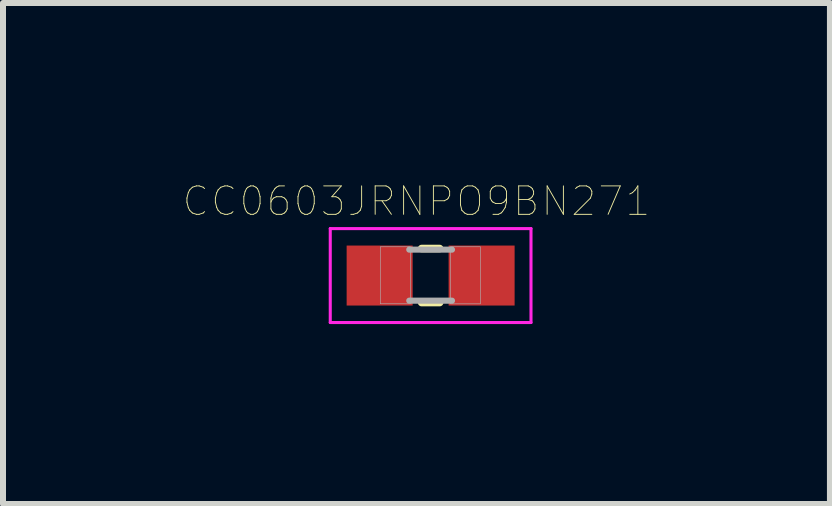
<source format=kicad_pcb>
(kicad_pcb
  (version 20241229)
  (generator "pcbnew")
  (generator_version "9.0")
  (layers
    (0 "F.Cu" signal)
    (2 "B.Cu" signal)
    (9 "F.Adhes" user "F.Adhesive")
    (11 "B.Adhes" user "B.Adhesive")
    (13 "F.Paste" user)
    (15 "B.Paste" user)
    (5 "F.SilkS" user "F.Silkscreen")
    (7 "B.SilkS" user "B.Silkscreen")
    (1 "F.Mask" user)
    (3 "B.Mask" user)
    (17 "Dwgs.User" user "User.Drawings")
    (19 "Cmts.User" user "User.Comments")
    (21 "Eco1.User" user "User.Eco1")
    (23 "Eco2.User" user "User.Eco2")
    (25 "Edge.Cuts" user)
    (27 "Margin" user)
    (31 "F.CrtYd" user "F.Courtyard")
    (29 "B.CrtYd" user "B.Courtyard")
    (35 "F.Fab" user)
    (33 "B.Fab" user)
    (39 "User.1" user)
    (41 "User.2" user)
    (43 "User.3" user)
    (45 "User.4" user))
  (footprint "CC0603JRNPO9BN271"
    (layer "F.Cu")
    (at 4.128 1.543)
    (property "Reference" "CC0603JRNPO9BN271" (at -0.236 -1.239 0) (layer "F.SilkS") (effects (font (size 0.474 0.474) (thickness 0.015))))
    (attr through_hole)
    (fp_line (start -0.15 -0.45) (end 0.15 -0.45) (stroke (width 0.127) (type solid)) (layer "F.SilkS"))
    (fp_line (start -0.15 0.45) (end 0.15 0.45) (stroke (width 0.127) (type solid)) (layer "F.SilkS"))
    (fp_line (start -1.673 -0.783) (end 1.673 -0.783) (stroke (width 0.051) (type solid)) (layer "F.CrtYd"))
    (fp_line (start -1.673 0.783) (end -1.673 -0.783) (stroke (width 0.051) (type solid)) (layer "F.CrtYd"))
    (fp_line (start 1.673 -0.783) (end 1.673 0.783) (stroke (width 0.051) (type solid)) (layer "F.CrtYd"))
    (fp_line (start 1.673 0.783) (end -1.673 0.783) (stroke (width 0.051) (type solid)) (layer "F.CrtYd"))
    (fp_line (start -0.356 -0.432) (end 0.356 -0.432) (stroke (width 0.102) (type solid)) (layer "F.Fab"))
    (fp_line (start -0.356 0.419) (end 0.356 0.419) (stroke (width 0.102) (type solid)) (layer "F.Fab"))
    (fp_poly (pts (xy -0.839 -0.48) (xy -0.338 -0.48) (xy -0.338 0.47) (xy -0.839 0.47)) (stroke (width 0.01) (type solid)) (fill no) (layer "F.Fab"))
    (fp_poly (pts (xy 0.331 -0.48) (xy 0.83 -0.48) (xy 0.83 0.471) (xy 0.331 0.471)) (stroke (width 0.01) (type solid)) (fill no) (layer "F.Fab"))
    (pad "1" smd rect (at -0.85 0) (size 1.1 1) (layers "F.Cu" "F.Mask" "F.Paste"))
    (pad "2" smd rect (at 0.85 0) (size 1.1 1) (layers "F.Cu" "F.Mask" "F.Paste")))
  (gr_rect
    (start -3 -3)
    (end 10.784 5.351)
    (stroke (width 0.1) (type default))
    (fill no)
    (layer "Edge.Cuts")))
</source>
